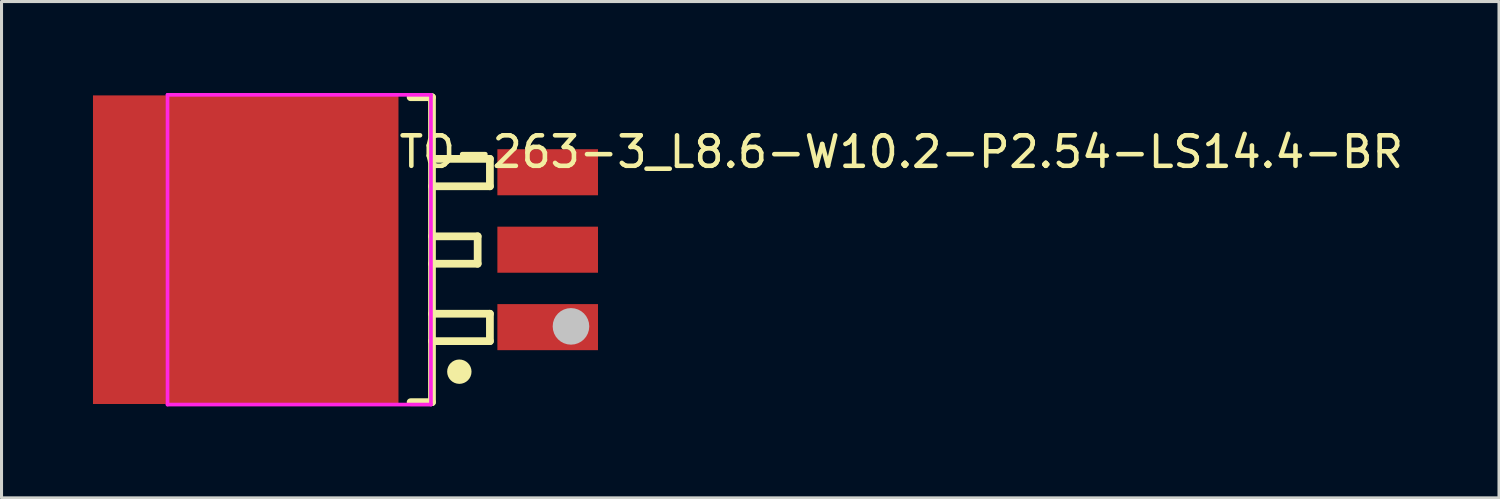
<source format=kicad_pcb>
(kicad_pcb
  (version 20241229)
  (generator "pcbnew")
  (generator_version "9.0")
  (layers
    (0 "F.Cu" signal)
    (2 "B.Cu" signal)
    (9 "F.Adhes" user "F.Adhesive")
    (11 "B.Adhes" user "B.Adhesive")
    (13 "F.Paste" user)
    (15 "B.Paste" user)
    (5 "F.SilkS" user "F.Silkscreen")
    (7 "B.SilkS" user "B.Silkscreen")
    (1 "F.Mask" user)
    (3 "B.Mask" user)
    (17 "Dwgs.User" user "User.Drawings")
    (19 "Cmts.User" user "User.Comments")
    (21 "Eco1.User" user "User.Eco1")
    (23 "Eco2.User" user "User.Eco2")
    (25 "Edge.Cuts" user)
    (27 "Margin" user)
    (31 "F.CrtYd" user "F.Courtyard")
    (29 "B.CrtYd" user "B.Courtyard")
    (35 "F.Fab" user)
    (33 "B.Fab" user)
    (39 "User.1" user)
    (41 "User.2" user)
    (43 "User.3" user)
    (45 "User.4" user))
  (footprint "TO-263-3_L8.6-W10.2-P2.54-LS14.4-BR"
    (layer "F.Cu")
    (at 9.962 5.14)
    (property "Reference" "TO-263-3_L8.6-W10.2-P2.54-LS14.4-BR" (at 0 -3.207 0) (layer "F.SilkS") (effects (font (size 1 1) (thickness 0.15)) (justify left)))
    (attr through_hole)
    (fp_line (start 0.456 -5.001) (end 1.157 -5.001) (stroke (width 0.254) (type solid)) (layer "F.SilkS"))
    (fp_line (start 1.157 -5.001) (end 1.157 5.001) (stroke (width 0.254) (type solid)) (layer "F.SilkS"))
    (fp_line (start 1.157 -2.979) (end 3.057 -2.979) (stroke (width 0.254) (type solid)) (layer "F.SilkS"))
    (fp_line (start 1.157 -0.439) (end 2.655 -0.439) (stroke (width 0.254) (type solid)) (layer "F.SilkS"))
    (fp_line (start 1.157 2.101) (end 3.057 2.101) (stroke (width 0.254) (type solid)) (layer "F.SilkS"))
    (fp_line (start 1.157 3) (end 3.057 3) (stroke (width 0.254) (type solid)) (layer "F.SilkS"))
    (fp_line (start 1.157 5.001) (end 0.456 5.001) (stroke (width 0.254) (type solid)) (layer "F.SilkS"))
    (fp_line (start 2.655 -0.439) (end 2.655 0.46) (stroke (width 0.254) (type solid)) (layer "F.SilkS"))
    (fp_line (start 2.655 0.46) (end 1.157 0.46) (stroke (width 0.254) (type solid)) (layer "F.SilkS"))
    (fp_line (start 3.057 -2.979) (end 3.057 -2.08) (stroke (width 0.254) (type solid)) (layer "F.SilkS"))
    (fp_line (start 3.057 -2.08) (end 1.157 -2.08) (stroke (width 0.254) (type solid)) (layer "F.SilkS"))
    (fp_line (start 3.057 2.101) (end 3.057 3) (stroke (width 0.254) (type solid)) (layer "F.SilkS"))
    (fp_arc (start 2.053 4.201) (mid 2.055734 3.800991) (end 2.055532 4.201009) (stroke (width 0.399) (type solid)) (layer "F.SilkS"))
    (fp_circle (center 5.716 2.515) (end 6.016 2.515) (stroke (width 0.6) (type solid)) (fill no) (layer "Dwgs.User"))
    (fp_line (start 0.839 -2.964) (end 3.689 -2.964) (stroke (width 0.12) (type solid)) (layer "Eco2.User"))
    (fp_line (start 0.839 -2.134) (end 0.839 -2.964) (stroke (width 0.12) (type solid)) (layer "Eco2.User"))
    (fp_line (start 0.839 -0.424) (end 3.689 -0.424) (stroke (width 0.12) (type solid)) (layer "Eco2.User"))
    (fp_line (start 0.839 0.406) (end 0.839 -0.424) (stroke (width 0.12) (type solid)) (layer "Eco2.User"))
    (fp_line (start 0.839 2.125) (end 3.689 2.125) (stroke (width 0.12) (type solid)) (layer "Eco2.User"))
    (fp_line (start 0.839 2.955) (end 0.839 2.125) (stroke (width 0.12) (type solid)) (layer "Eco2.User"))
    (fp_line (start 3.689 -2.964) (end 3.689 -2.134) (stroke (width 0.12) (type solid)) (layer "Eco2.User"))
    (fp_line (start 3.689 -2.134) (end 0.839 -2.134) (stroke (width 0.12) (type solid)) (layer "Eco2.User"))
    (fp_line (start 3.689 -0.424) (end 3.689 0.406) (stroke (width 0.12) (type solid)) (layer "Eco2.User"))
    (fp_line (start 3.689 0.406) (end 0.839 0.406) (stroke (width 0.12) (type solid)) (layer "Eco2.User"))
    (fp_line (start 3.689 2.125) (end 3.689 2.955) (stroke (width 0.12) (type solid)) (layer "Eco2.User"))
    (fp_line (start 3.689 2.955) (end 0.839 2.955) (stroke (width 0.12) (type solid)) (layer "Eco2.User"))
    (fp_circle (center 5.521 5.05) (end 5.551 5.05) (stroke (width 0.06) (type solid)) (fill no) (layer "Eco2.User"))
    (fp_poly (pts (xy -8.787 5.055) (xy -8.787 -5.055) (xy -2.187 -5.055) (xy -2.187 5.055)) (stroke (width 0.12) (type solid)) (fill no) (layer "Eco2.User"))
    (fp_poly (pts (xy 3.551 -2.12) (xy 3.551 -2.96) (xy 5.551 -2.96) (xy 5.551 -2.12)) (stroke (width 0.12) (type solid)) (fill no) (layer "Eco2.User"))
    (fp_poly (pts (xy 3.551 0.42) (xy 3.551 -0.42) (xy 5.551 -0.42) (xy 5.551 0.42)) (stroke (width 0.12) (type solid)) (fill no) (layer "Eco2.User"))
    (fp_poly (pts (xy 3.551 2.96) (xy 3.551 2.12) (xy 5.551 2.12) (xy 5.551 2.96)) (stroke (width 0.12) (type solid)) (fill no) (layer "Eco2.User"))
    (fp_line (start -7.517 -5.08) (end 1.123 -5.08) (stroke (width 0.12) (type solid)) (layer "F.CrtYd"))
    (fp_line (start -7.517 5.08) (end -7.517 -5.08) (stroke (width 0.12) (type solid)) (layer "F.CrtYd"))
    (fp_line (start 1.123 -5.08) (end 1.123 5.08) (stroke (width 0.12) (type solid)) (layer "F.CrtYd"))
    (fp_line (start 1.123 5.08) (end -7.517 5.08) (stroke (width 0.12) (type solid)) (layer "F.CrtYd"))
    (pad "1" smd rect (at 4.952 2.54) (size 3.3 1.511) (layers "F.Cu" "F.Mask" "F.Paste"))
    (pad "2" smd rect (at 4.952 0) (size 3.3 1.511) (layers "F.Cu" "F.Mask" "F.Paste"))
    (pad "3" smd rect (at 4.952 -2.54) (size 3.3 1.511) (layers "F.Cu" "F.Mask" "F.Paste"))
    (pad "4" smd rect (at -4.952 0) (size 10.02 10.122) (layers "F.Cu" "F.Mask" "F.Paste")))
  (gr_rect
    (start -3 -3)
    (end 46.117 13.28)
    (stroke (width 0.1) (type default))
    (fill no)
    (layer "Edge.Cuts")))
</source>
